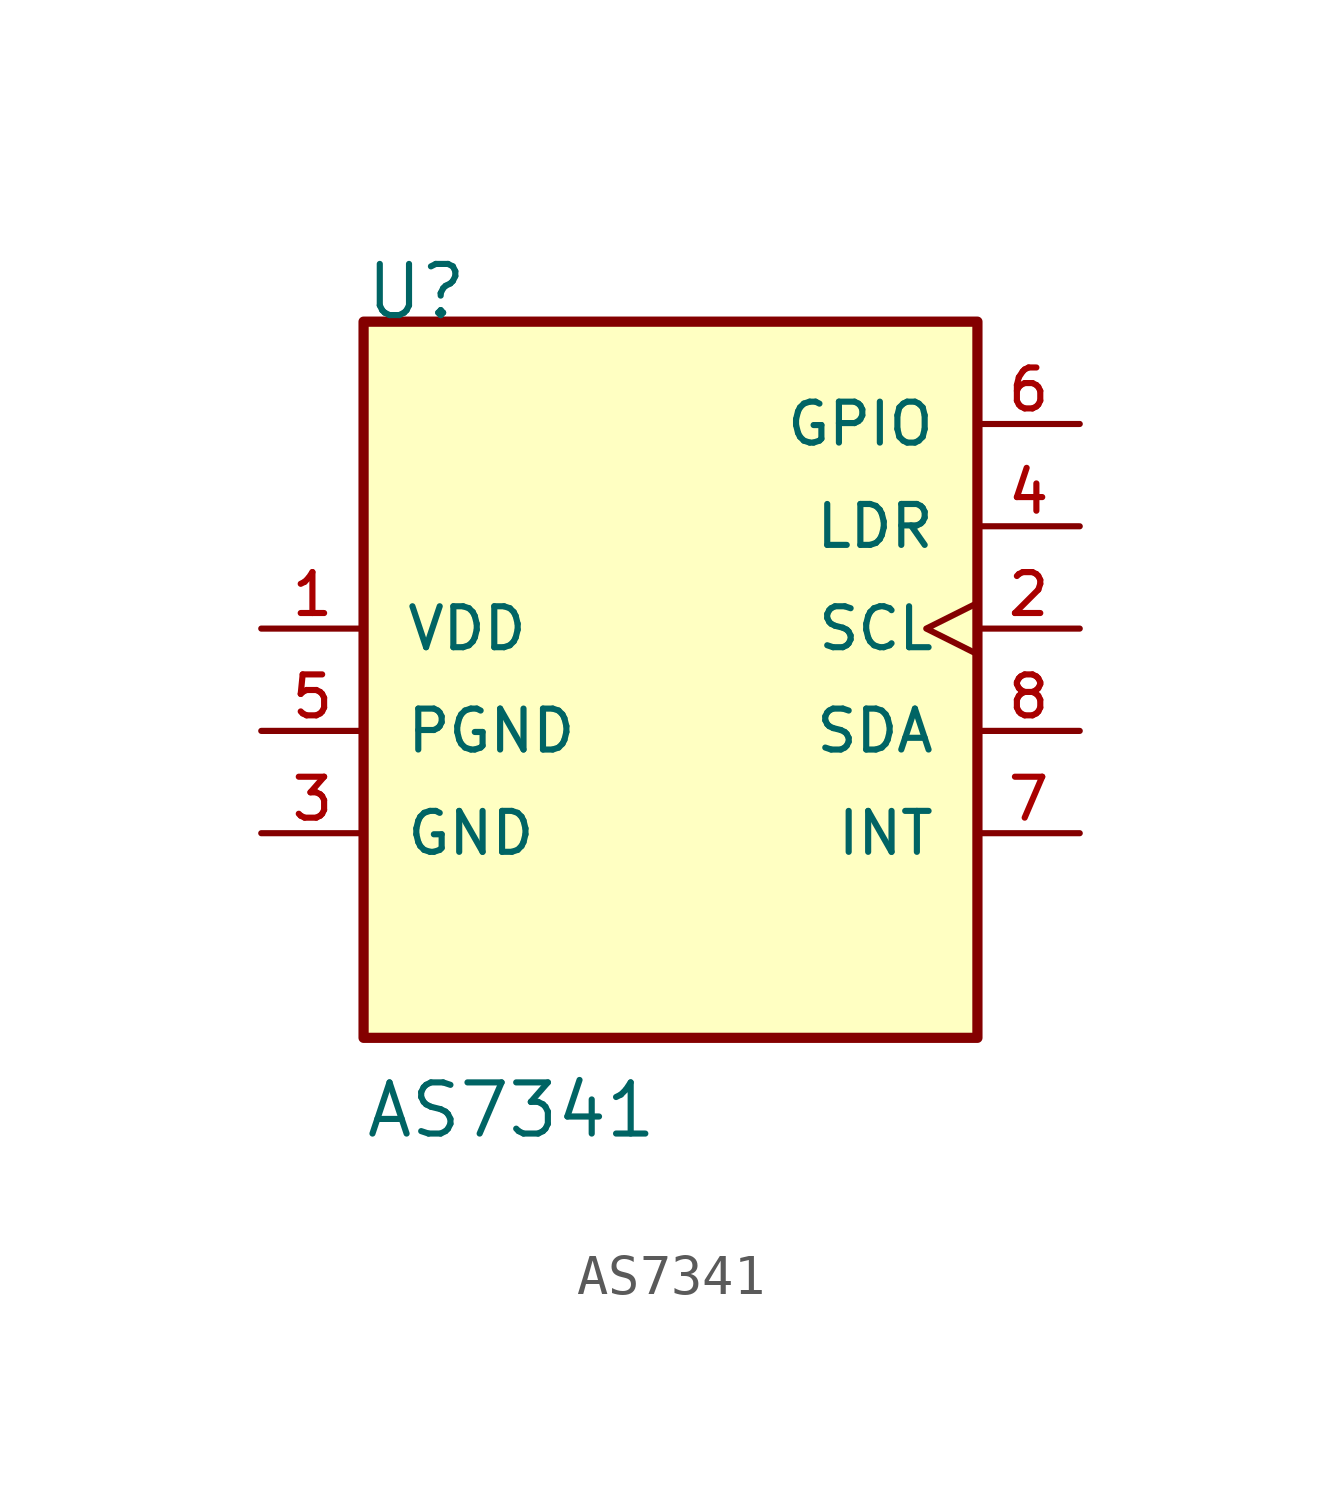
<source format=kicad_sym>
(kicad_symbol_lib
  (version 20211014)
  (generator kicad_symbol_editor)
  (symbol "AS7341"
    (pin_names
      (offset 1.016))
    (property "Reference" "U"
      (at -7.62 10.16 0)
      (effects (font (size 1.27 1.27)) (justify left bottom)))
    (property "Value" "AS7341"
      (at -7.62 -10.16 0)
      (effects (font (size 1.27 1.27)) (justify left bottom)))
    (property "ki_locked" ""
      (at 0 0 0)
      (effects (font (size 1.27 1.27))))
    (symbol "AS7341_0_0"
      (rectangle (start -7.62 10.16) (end 7.62 -7.62) (stroke (width 0.254) (type default) (color 0 0 0 0)) (fill (type background)))
      (pin power_in line (at -10.16 2.54 0) (length 2.54) (name "VDD" (effects (font (size 1.016 1.016)))) (number "1" (effects (font (size 1.016 1.016)))))
      (pin input clock (at 10.16 2.54 180) (length 2.54) (name "SCL" (effects (font (size 1.016 1.016)))) (number "2" (effects (font (size 1.016 1.016)))))
      (pin power_in line (at -10.16 -2.54 0) (length 2.54) (name "GND" (effects (font (size 1.016 1.016)))) (number "3" (effects (font (size 1.016 1.016)))))
      (pin input line (at 10.16 5.08 180) (length 2.54) (name "LDR" (effects (font (size 1.016 1.016)))) (number "4" (effects (font (size 1.016 1.016)))))
      (pin power_in line (at -10.16 0 0) (length 2.54) (name "PGND" (effects (font (size 1.016 1.016)))) (number "5" (effects (font (size 1.016 1.016)))))
      (pin bidirectional line (at 10.16 7.62 180) (length 2.54) (name "GPIO" (effects (font (size 1.016 1.016)))) (number "6" (effects (font (size 1.016 1.016)))))
      (pin output line (at 10.16 -2.54 180) (length 2.54) (name "INT" (effects (font (size 1.016 1.016)))) (number "7" (effects (font (size 1.016 1.016)))))
      (pin bidirectional line (at 10.16 0 180) (length 2.54) (name "SDA" (effects (font (size 1.016 1.016)))) (number "8" (effects (font (size 1.016 1.016))))))))
</source>
